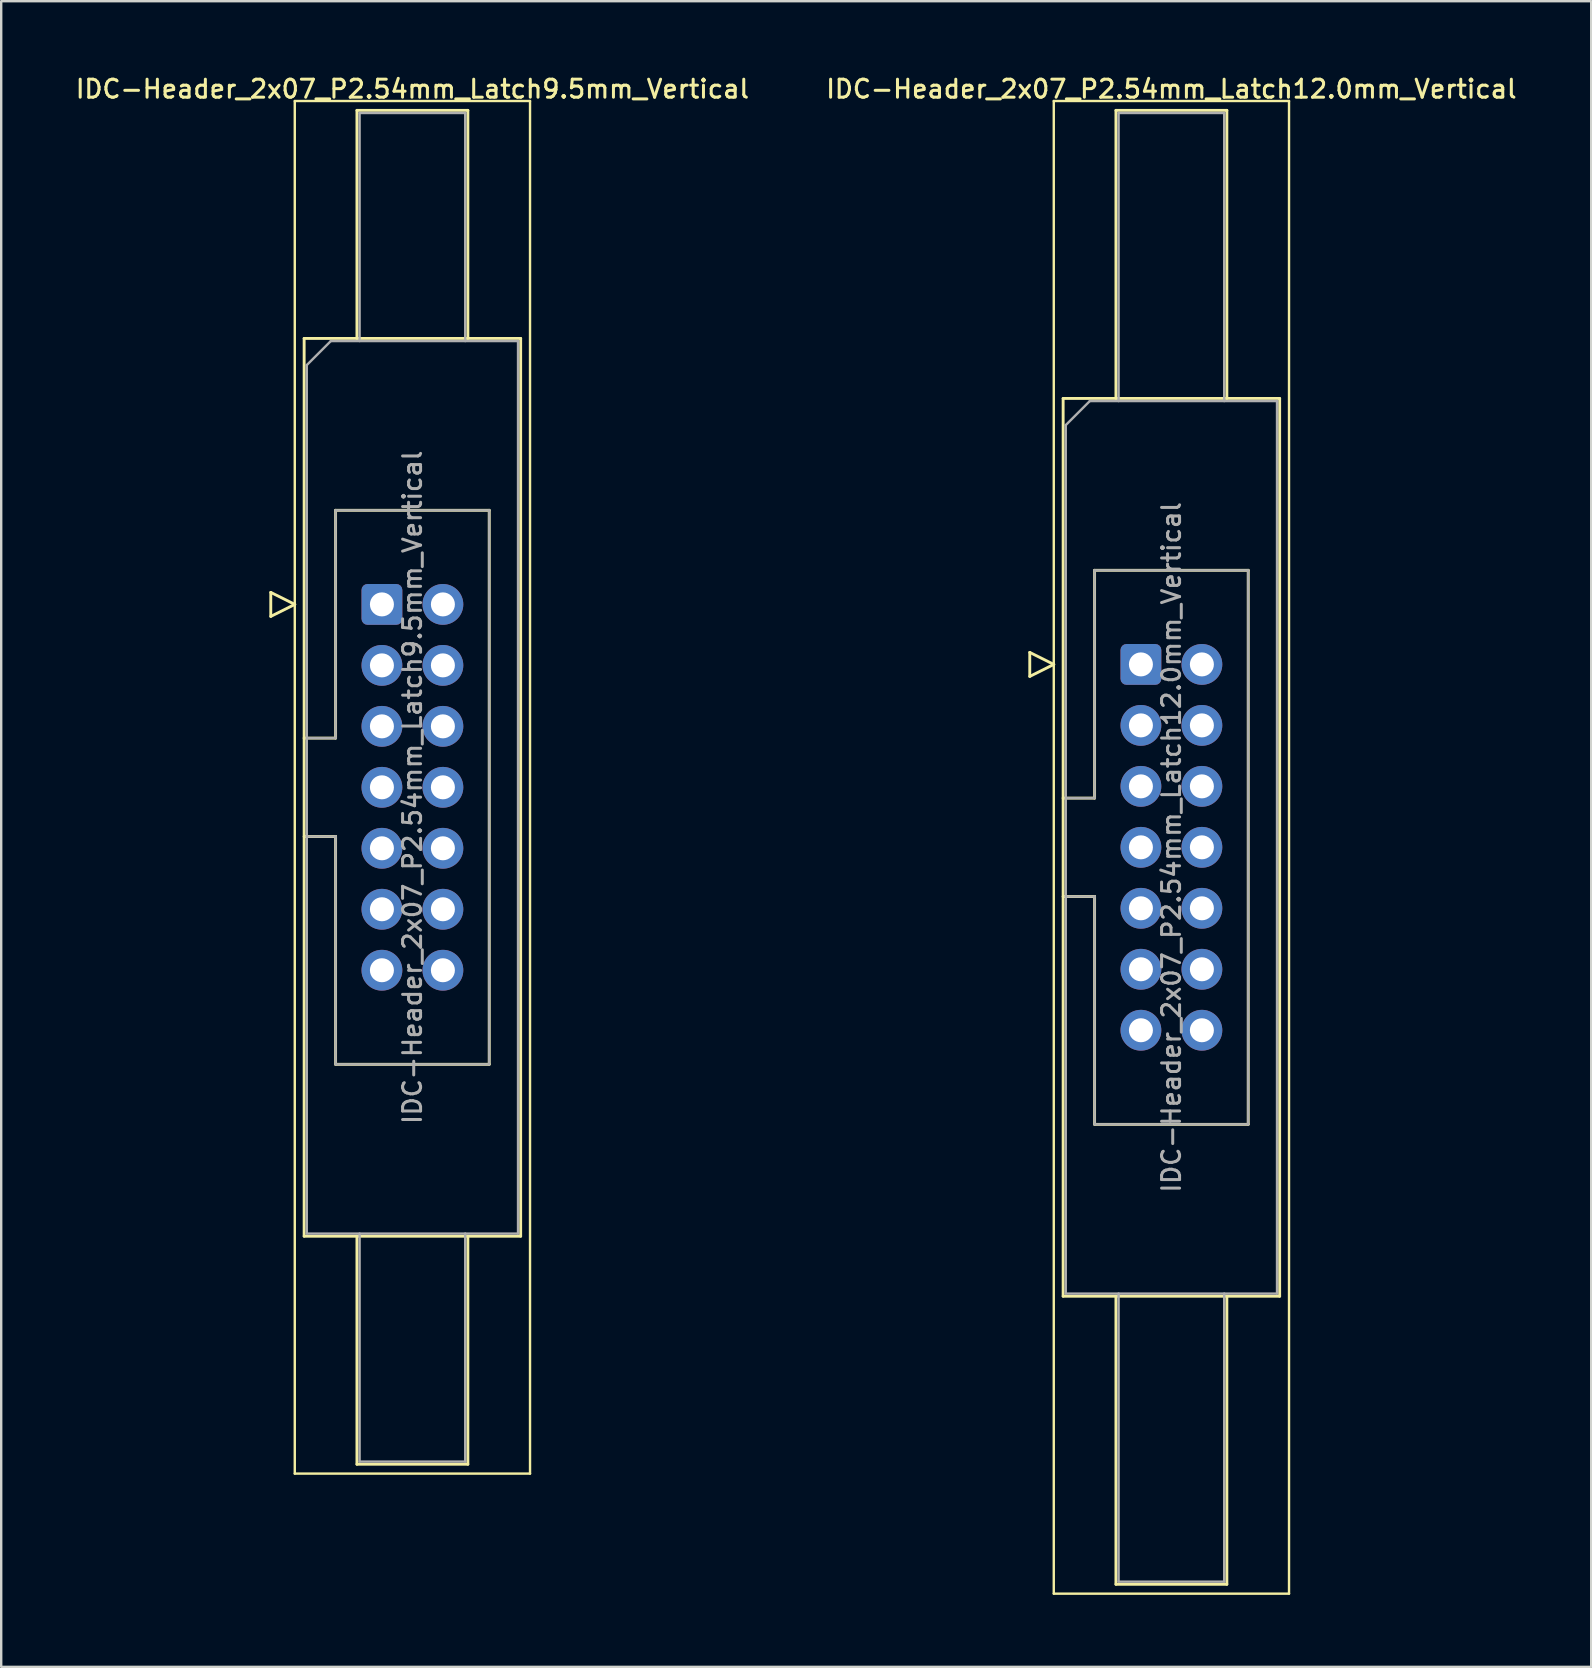
<source format=kicad_pcb>
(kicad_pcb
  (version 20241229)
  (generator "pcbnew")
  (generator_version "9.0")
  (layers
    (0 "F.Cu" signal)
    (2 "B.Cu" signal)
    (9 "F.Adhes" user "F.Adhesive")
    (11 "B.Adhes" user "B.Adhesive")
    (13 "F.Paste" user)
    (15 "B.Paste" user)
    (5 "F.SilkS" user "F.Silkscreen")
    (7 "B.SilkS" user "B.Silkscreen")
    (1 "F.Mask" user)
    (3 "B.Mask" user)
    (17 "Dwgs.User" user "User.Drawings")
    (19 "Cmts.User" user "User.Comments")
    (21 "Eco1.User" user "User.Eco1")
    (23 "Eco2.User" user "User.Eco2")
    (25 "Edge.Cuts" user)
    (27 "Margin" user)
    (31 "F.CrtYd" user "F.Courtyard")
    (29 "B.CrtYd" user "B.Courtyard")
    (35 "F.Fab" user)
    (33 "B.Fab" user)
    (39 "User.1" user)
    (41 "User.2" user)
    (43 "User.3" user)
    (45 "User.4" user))
  (footprint "IDC-Header_2x07_P2.54mm_Latch12.0mm_Vertical"
    (layer "F.Cu")
    (at 44.478 24.628)
    (property "Reference" "IDC-Header_2x07_P2.54mm_Latch12.0mm_Vertical" (at 1.27 -23.97 0) (layer "F.SilkS") (effects (font (size 0.75 0.75) (thickness 0.125))))
    (attr through_hole)
    (fp_line (start -4.63 -0.5) (end -4.63 0.5) (stroke (width 0.12) (type solid)) (layer "F.SilkS"))
    (fp_line (start -4.63 0.5) (end -3.63 0) (stroke (width 0.12) (type solid)) (layer "F.SilkS"))
    (fp_line (start -3.63 -23.47) (end -3.63 38.71) (stroke (width 0.1) (type solid)) (layer "F.SilkS"))
    (fp_line (start -3.63 0) (end -4.63 -0.5) (stroke (width 0.12) (type solid)) (layer "F.SilkS"))
    (fp_line (start -3.63 38.71) (end 6.17 38.71) (stroke (width 0.1) (type solid)) (layer "F.SilkS"))
    (fp_line (start -3.24 -11.08) (end 5.78 -11.08) (stroke (width 0.12) (type solid)) (layer "F.SilkS"))
    (fp_line (start -3.24 5.57) (end -1.93 5.57) (stroke (width 0.12) (type solid)) (layer "F.SilkS"))
    (fp_line (start -3.24 26.32) (end -3.24 -11.08) (stroke (width 0.12) (type solid)) (layer "F.SilkS"))
    (fp_line (start -1.93 -3.92) (end 4.47 -3.92) (stroke (width 0.12) (type solid)) (layer "F.SilkS"))
    (fp_line (start -1.93 5.57) (end -1.93 -3.92) (stroke (width 0.12) (type solid)) (layer "F.SilkS"))
    (fp_line (start -1.93 9.67) (end -3.24 9.67) (stroke (width 0.12) (type solid)) (layer "F.SilkS"))
    (fp_line (start -1.93 9.67) (end -1.93 9.67) (stroke (width 0.12) (type solid)) (layer "F.SilkS"))
    (fp_line (start -1.93 19.16) (end -1.93 9.67) (stroke (width 0.12) (type solid)) (layer "F.SilkS"))
    (fp_line (start -1.04 -23.08) (end 3.58 -23.08) (stroke (width 0.12) (type solid)) (layer "F.SilkS"))
    (fp_line (start -1.04 -11.08) (end -1.04 -23.08) (stroke (width 0.12) (type solid)) (layer "F.SilkS"))
    (fp_line (start -1.04 26.32) (end -1.04 38.32) (stroke (width 0.12) (type solid)) (layer "F.SilkS"))
    (fp_line (start -1.04 38.32) (end 3.58 38.32) (stroke (width 0.12) (type solid)) (layer "F.SilkS"))
    (fp_line (start 3.58 -23.08) (end 3.58 -11.08) (stroke (width 0.12) (type solid)) (layer "F.SilkS"))
    (fp_line (start 3.58 38.32) (end 3.58 26.32) (stroke (width 0.12) (type solid)) (layer "F.SilkS"))
    (fp_line (start 4.47 -3.92) (end 4.47 19.16) (stroke (width 0.12) (type solid)) (layer "F.SilkS"))
    (fp_line (start 4.47 19.16) (end -1.93 19.16) (stroke (width 0.12) (type solid)) (layer "F.SilkS"))
    (fp_line (start 5.78 -11.08) (end 5.78 26.32) (stroke (width 0.12) (type solid)) (layer "F.SilkS"))
    (fp_line (start 5.78 26.32) (end -3.24 26.32) (stroke (width 0.12) (type solid)) (layer "F.SilkS"))
    (fp_line (start 6.17 -23.47) (end -3.63 -23.47) (stroke (width 0.1) (type solid)) (layer "F.SilkS"))
    (fp_line (start 6.17 38.71) (end 6.17 -23.47) (stroke (width 0.1) (type solid)) (layer "F.SilkS"))
    (fp_line (start -3.13 -9.97) (end -2.13 -10.97) (stroke (width 0.1) (type solid)) (layer "F.Fab"))
    (fp_line (start -3.13 5.57) (end -1.93 5.57) (stroke (width 0.1) (type solid)) (layer "F.Fab"))
    (fp_line (start -3.13 26.21) (end -3.13 -9.97) (stroke (width 0.1) (type solid)) (layer "F.Fab"))
    (fp_line (start -2.13 -10.97) (end 5.67 -10.97) (stroke (width 0.1) (type solid)) (layer "F.Fab"))
    (fp_line (start -1.93 -3.92) (end 4.47 -3.92) (stroke (width 0.1) (type solid)) (layer "F.Fab"))
    (fp_line (start -1.93 5.57) (end -1.93 -3.92) (stroke (width 0.1) (type solid)) (layer "F.Fab"))
    (fp_line (start -1.93 9.67) (end -3.13 9.67) (stroke (width 0.1) (type solid)) (layer "F.Fab"))
    (fp_line (start -1.93 9.67) (end -1.93 9.67) (stroke (width 0.1) (type solid)) (layer "F.Fab"))
    (fp_line (start -1.93 19.16) (end -1.93 9.67) (stroke (width 0.1) (type solid)) (layer "F.Fab"))
    (fp_line (start -0.93 -22.97) (end 3.47 -22.97) (stroke (width 0.1) (type solid)) (layer "F.Fab"))
    (fp_line (start -0.93 -10.97) (end -0.93 -22.97) (stroke (width 0.1) (type solid)) (layer "F.Fab"))
    (fp_line (start -0.93 26.21) (end -0.93 38.21) (stroke (width 0.1) (type solid)) (layer "F.Fab"))
    (fp_line (start -0.93 38.21) (end 3.47 38.21) (stroke (width 0.1) (type solid)) (layer "F.Fab"))
    (fp_line (start 3.47 -22.97) (end 3.47 -10.97) (stroke (width 0.1) (type solid)) (layer "F.Fab"))
    (fp_line (start 3.47 38.21) (end 3.47 26.21) (stroke (width 0.1) (type solid)) (layer "F.Fab"))
    (fp_line (start 4.47 -3.92) (end 4.47 19.16) (stroke (width 0.1) (type solid)) (layer "F.Fab"))
    (fp_line (start 4.47 19.16) (end -1.93 19.16) (stroke (width 0.1) (type solid)) (layer "F.Fab"))
    (fp_line (start 5.67 -10.97) (end 5.67 26.21) (stroke (width 0.1) (type solid)) (layer "F.Fab"))
    (fp_line (start 5.67 26.21) (end -3.13 26.21) (stroke (width 0.1) (type solid)) (layer "F.Fab"))
    (fp_text user "${REFERENCE}" (at 1.27 7.62 90) (layer "F.Fab") (effects (font (size 0.75 0.75) (thickness 0.125))))
    (pad "1" thru_hole roundrect (at 0 0) (size 1.7 1.7) (drill 1) (layers "*.Cu" "*.Mask") (roundrect_rratio 0.147))
    (pad "2" thru_hole circle (at 2.54 0) (size 1.7 1.7) (drill 1) (layers "*.Cu" "*.Mask"))
    (pad "3" thru_hole circle (at 0 2.54) (size 1.7 1.7) (drill 1) (layers "*.Cu" "*.Mask"))
    (pad "4" thru_hole circle (at 2.54 2.54) (size 1.7 1.7) (drill 1) (layers "*.Cu" "*.Mask"))
    (pad "5" thru_hole circle (at 0 5.08) (size 1.7 1.7) (drill 1) (layers "*.Cu" "*.Mask"))
    (pad "6" thru_hole circle (at 2.54 5.08) (size 1.7 1.7) (drill 1) (layers "*.Cu" "*.Mask"))
    (pad "7" thru_hole circle (at 0 7.62) (size 1.7 1.7) (drill 1) (layers "*.Cu" "*.Mask"))
    (pad "8" thru_hole circle (at 2.54 7.62) (size 1.7 1.7) (drill 1) (layers "*.Cu" "*.Mask"))
    (pad "9" thru_hole circle (at 0 10.16) (size 1.7 1.7) (drill 1) (layers "*.Cu" "*.Mask"))
    (pad "10" thru_hole circle (at 2.54 10.16) (size 1.7 1.7) (drill 1) (layers "*.Cu" "*.Mask"))
    (pad "11" thru_hole circle (at 0 12.7) (size 1.7 1.7) (drill 1) (layers "*.Cu" "*.Mask"))
    (pad "12" thru_hole circle (at 2.54 12.7) (size 1.7 1.7) (drill 1) (layers "*.Cu" "*.Mask"))
    (pad "13" thru_hole circle (at 0 15.24) (size 1.7 1.7) (drill 1) (layers "*.Cu" "*.Mask"))
    (pad "14" thru_hole circle (at 2.54 15.24) (size 1.7 1.7) (drill 1) (layers "*.Cu" "*.Mask")))
  (footprint "IDC-Header_2x07_P2.54mm_Latch9.5mm_Vertical"
    (layer "F.Cu")
    (at 12.86 22.128)
    (property "Reference" "IDC-Header_2x07_P2.54mm_Latch9.5mm_Vertical" (at 1.27 -21.47 0) (layer "F.SilkS") (effects (font (size 0.75 0.75) (thickness 0.125))))
    (attr through_hole)
    (fp_line (start -4.63 -0.5) (end -4.63 0.5) (stroke (width 0.12) (type solid)) (layer "F.SilkS"))
    (fp_line (start -4.63 0.5) (end -3.63 0) (stroke (width 0.12) (type solid)) (layer "F.SilkS"))
    (fp_line (start -3.63 -20.97) (end -3.63 36.21) (stroke (width 0.1) (type solid)) (layer "F.SilkS"))
    (fp_line (start -3.63 0) (end -4.63 -0.5) (stroke (width 0.12) (type solid)) (layer "F.SilkS"))
    (fp_line (start -3.63 36.21) (end 6.17 36.21) (stroke (width 0.1) (type solid)) (layer "F.SilkS"))
    (fp_line (start -3.24 -11.08) (end 5.78 -11.08) (stroke (width 0.12) (type solid)) (layer "F.SilkS"))
    (fp_line (start -3.24 5.57) (end -1.93 5.57) (stroke (width 0.12) (type solid)) (layer "F.SilkS"))
    (fp_line (start -3.24 26.32) (end -3.24 -11.08) (stroke (width 0.12) (type solid)) (layer "F.SilkS"))
    (fp_line (start -1.93 -3.92) (end 4.47 -3.92) (stroke (width 0.12) (type solid)) (layer "F.SilkS"))
    (fp_line (start -1.93 5.57) (end -1.93 -3.92) (stroke (width 0.12) (type solid)) (layer "F.SilkS"))
    (fp_line (start -1.93 9.67) (end -3.24 9.67) (stroke (width 0.12) (type solid)) (layer "F.SilkS"))
    (fp_line (start -1.93 9.67) (end -1.93 9.67) (stroke (width 0.12) (type solid)) (layer "F.SilkS"))
    (fp_line (start -1.93 19.16) (end -1.93 9.67) (stroke (width 0.12) (type solid)) (layer "F.SilkS"))
    (fp_line (start -1.04 -20.58) (end 3.58 -20.58) (stroke (width 0.12) (type solid)) (layer "F.SilkS"))
    (fp_line (start -1.04 -11.08) (end -1.04 -20.58) (stroke (width 0.12) (type solid)) (layer "F.SilkS"))
    (fp_line (start -1.04 26.32) (end -1.04 35.82) (stroke (width 0.12) (type solid)) (layer "F.SilkS"))
    (fp_line (start -1.04 35.82) (end 3.58 35.82) (stroke (width 0.12) (type solid)) (layer "F.SilkS"))
    (fp_line (start 3.58 -20.58) (end 3.58 -11.08) (stroke (width 0.12) (type solid)) (layer "F.SilkS"))
    (fp_line (start 3.58 35.82) (end 3.58 26.32) (stroke (width 0.12) (type solid)) (layer "F.SilkS"))
    (fp_line (start 4.47 -3.92) (end 4.47 19.16) (stroke (width 0.12) (type solid)) (layer "F.SilkS"))
    (fp_line (start 4.47 19.16) (end -1.93 19.16) (stroke (width 0.12) (type solid)) (layer "F.SilkS"))
    (fp_line (start 5.78 -11.08) (end 5.78 26.32) (stroke (width 0.12) (type solid)) (layer "F.SilkS"))
    (fp_line (start 5.78 26.32) (end -3.24 26.32) (stroke (width 0.12) (type solid)) (layer "F.SilkS"))
    (fp_line (start 6.17 -20.97) (end -3.63 -20.97) (stroke (width 0.1) (type solid)) (layer "F.SilkS"))
    (fp_line (start 6.17 36.21) (end 6.17 -20.97) (stroke (width 0.1) (type solid)) (layer "F.SilkS"))
    (fp_line (start -3.13 -9.97) (end -2.13 -10.97) (stroke (width 0.1) (type solid)) (layer "F.Fab"))
    (fp_line (start -3.13 5.57) (end -1.93 5.57) (stroke (width 0.1) (type solid)) (layer "F.Fab"))
    (fp_line (start -3.13 26.21) (end -3.13 -9.97) (stroke (width 0.1) (type solid)) (layer "F.Fab"))
    (fp_line (start -2.13 -10.97) (end 5.67 -10.97) (stroke (width 0.1) (type solid)) (layer "F.Fab"))
    (fp_line (start -1.93 -3.92) (end 4.47 -3.92) (stroke (width 0.1) (type solid)) (layer "F.Fab"))
    (fp_line (start -1.93 5.57) (end -1.93 -3.92) (stroke (width 0.1) (type solid)) (layer "F.Fab"))
    (fp_line (start -1.93 9.67) (end -3.13 9.67) (stroke (width 0.1) (type solid)) (layer "F.Fab"))
    (fp_line (start -1.93 9.67) (end -1.93 9.67) (stroke (width 0.1) (type solid)) (layer "F.Fab"))
    (fp_line (start -1.93 19.16) (end -1.93 9.67) (stroke (width 0.1) (type solid)) (layer "F.Fab"))
    (fp_line (start -0.93 -20.47) (end 3.47 -20.47) (stroke (width 0.1) (type solid)) (layer "F.Fab"))
    (fp_line (start -0.93 -10.97) (end -0.93 -20.47) (stroke (width 0.1) (type solid)) (layer "F.Fab"))
    (fp_line (start -0.93 26.21) (end -0.93 35.71) (stroke (width 0.1) (type solid)) (layer "F.Fab"))
    (fp_line (start -0.93 35.71) (end 3.47 35.71) (stroke (width 0.1) (type solid)) (layer "F.Fab"))
    (fp_line (start 3.47 -20.47) (end 3.47 -10.97) (stroke (width 0.1) (type solid)) (layer "F.Fab"))
    (fp_line (start 3.47 35.71) (end 3.47 26.21) (stroke (width 0.1) (type solid)) (layer "F.Fab"))
    (fp_line (start 4.47 -3.92) (end 4.47 19.16) (stroke (width 0.1) (type solid)) (layer "F.Fab"))
    (fp_line (start 4.47 19.16) (end -1.93 19.16) (stroke (width 0.1) (type solid)) (layer "F.Fab"))
    (fp_line (start 5.67 -10.97) (end 5.67 26.21) (stroke (width 0.1) (type solid)) (layer "F.Fab"))
    (fp_line (start 5.67 26.21) (end -3.13 26.21) (stroke (width 0.1) (type solid)) (layer "F.Fab"))
    (fp_text user "${REFERENCE}" (at 1.27 7.62 90) (layer "F.Fab") (effects (font (size 0.75 0.75) (thickness 0.125))))
    (pad "1" thru_hole roundrect (at 0 0) (size 1.7 1.7) (drill 1) (layers "*.Cu" "*.Mask") (roundrect_rratio 0.147))
    (pad "2" thru_hole circle (at 2.54 0) (size 1.7 1.7) (drill 1) (layers "*.Cu" "*.Mask"))
    (pad "3" thru_hole circle (at 0 2.54) (size 1.7 1.7) (drill 1) (layers "*.Cu" "*.Mask"))
    (pad "4" thru_hole circle (at 2.54 2.54) (size 1.7 1.7) (drill 1) (layers "*.Cu" "*.Mask"))
    (pad "5" thru_hole circle (at 0 5.08) (size 1.7 1.7) (drill 1) (layers "*.Cu" "*.Mask"))
    (pad "6" thru_hole circle (at 2.54 5.08) (size 1.7 1.7) (drill 1) (layers "*.Cu" "*.Mask"))
    (pad "7" thru_hole circle (at 0 7.62) (size 1.7 1.7) (drill 1) (layers "*.Cu" "*.Mask"))
    (pad "8" thru_hole circle (at 2.54 7.62) (size 1.7 1.7) (drill 1) (layers "*.Cu" "*.Mask"))
    (pad "9" thru_hole circle (at 0 10.16) (size 1.7 1.7) (drill 1) (layers "*.Cu" "*.Mask"))
    (pad "10" thru_hole circle (at 2.54 10.16) (size 1.7 1.7) (drill 1) (layers "*.Cu" "*.Mask"))
    (pad "11" thru_hole circle (at 0 12.7) (size 1.7 1.7) (drill 1) (layers "*.Cu" "*.Mask"))
    (pad "12" thru_hole circle (at 2.54 12.7) (size 1.7 1.7) (drill 1) (layers "*.Cu" "*.Mask"))
    (pad "13" thru_hole circle (at 0 15.24) (size 1.7 1.7) (drill 1) (layers "*.Cu" "*.Mask"))
    (pad "14" thru_hole circle (at 2.54 15.24) (size 1.7 1.7) (drill 1) (layers "*.Cu" "*.Mask")))
  (gr_rect
    (start -3 -3)
    (end 63.236 66.388)
    (stroke (width 0.1) (type default))
    (fill no)
    (layer "Edge.Cuts")))
</source>
